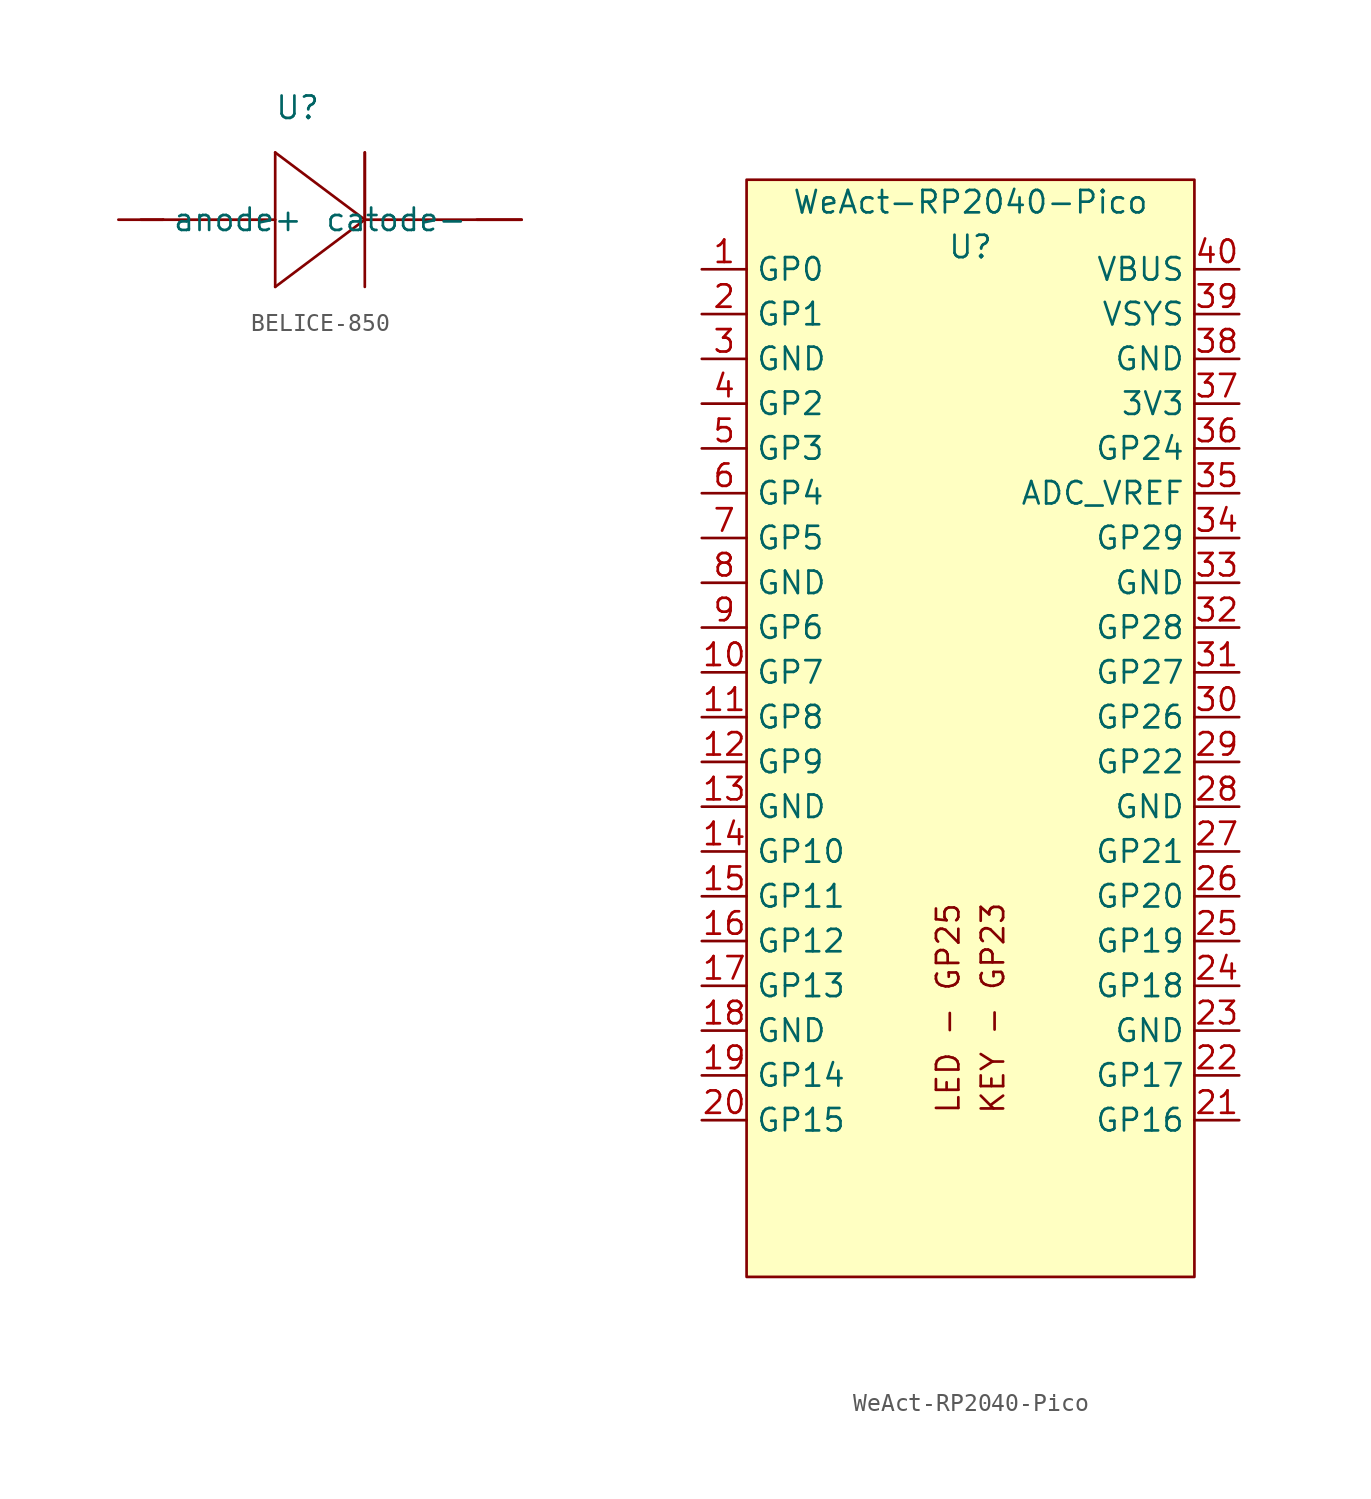
<source format=kicad_sym>
(kicad_symbol_lib
  (version 20220914)
  (generator kicad_symbol_editor)
  (symbol "BELICE-850"
    (property "Reference" "U"
      (at 0 2.54 0)
      (effects (font (size 1.27 1.27))))
    (property "Value" ""
      (at 0 0 0)
      (effects (font (size 1.27 1.27))))
    (symbol "BELICE-850_0_1"
      (polyline (pts (xy -7.62 -3.81) (xy -8.89 -3.81)) (stroke (width 0) (type default)) (fill (type none))))
    (symbol "BELICE-850_1_1"
      (polyline (pts (xy -1.27 -7.62) (xy 3.81 -3.81)) (stroke (width 0) (type default)) (fill (type none)))
      (polyline (pts (xy -1.27 -3.81) (xy -1.27 -7.62)) (stroke (width 0) (type default)) (fill (type none)))
      (polyline (pts (xy -1.27 0) (xy 3.81 -3.81)) (stroke (width 0) (type default)) (fill (type none)))
      (polyline (pts (xy 3.81 -3.81) (xy 3.81 0)) (stroke (width 0) (type default)) (fill (type none)))
      (polyline (pts (xy 3.81 -3.81) (xy 12.7 -3.81)) (stroke (width 0) (type default)) (fill (type none)))
      (polyline (pts (xy 3.81 0) (xy 3.81 -7.62)) (stroke (width 0) (type default)) (fill (type none)))
      (polyline (pts (xy -7.62 -3.81) (xy -1.27 -3.81) (xy -1.27 0)) (stroke (width 0) (type default)) (fill (type none)))
      (pin input line (at -10.16 -3.81 0) (length 2.54) (name "anode+" (effects (font (size 1.27 1.27)))) (number "" (effects (font (size 1.27 1.27)))))
      (pin input line (at 12.7 -3.81 180) (length 2.54) (name "catode-" (effects (font (size 1.27 1.27)))) (number "" (effects (font (size 1.27 1.27)))))))
  (symbol "WeAct-RP2040-Pico"
    (property "Reference" "U"
      (at 0 16.51 0)
      (effects (font (size 1.27 1.27))))
    (property "Value" "WeAct-RP2040-Pico"
      (at 0 19.05 0)
      (effects (font (size 1.27 1.27))))
    (symbol "WeAct-RP2040-Pico_0_0"
      (text "KEY - GP23" (at 1.27 -26.67 900) (effects (font (size 1.27 1.27))))
      (text "LED - GP25" (at -1.27 -26.67 900) (effects (font (size 1.27 1.27)))))
    (symbol "WeAct-RP2040-Pico_1_1"
      (rectangle (start -12.7 20.32) (end 12.7 -41.91) (stroke (width 0) (type default)) (fill (type background)))
      (pin bidirectional line (at -15.24 15.24 0) (length 2.54) (name "GP0" (effects (font (size 1.27 1.27)))) (number "1" (effects (font (size 1.27 1.27)))) (alternate "I2C0 SDA" bidirectional line) (alternate "SPI0 RX" bidirectional line) (alternate "UART0 TX" bidirectional line))
      (pin bidirectional line (at -15.24 -7.62 0) (length 2.54) (name "GP7" (effects (font (size 1.27 1.27)))) (number "10" (effects (font (size 1.27 1.27)))) (alternate "I2C1 SCL" bidirectional line) (alternate "SPI0 TX" bidirectional line))
      (pin bidirectional line (at -15.24 -10.16 0) (length 2.54) (name "GP8" (effects (font (size 1.27 1.27)))) (number "11" (effects (font (size 1.27 1.27)))) (alternate "I2C0 SDA" bidirectional line) (alternate "SPI1 RX" bidirectional line) (alternate "UART1 TX" bidirectional line))
      (pin bidirectional line (at -15.24 -12.7 0) (length 2.54) (name "GP9" (effects (font (size 1.27 1.27)))) (number "12" (effects (font (size 1.27 1.27)))) (alternate "I2C0 SCL" bidirectional line) (alternate "SPI1 CSn" bidirectional line) (alternate "UART1 RX" bidirectional line))
      (pin bidirectional line (at -15.24 -15.24 0) (length 2.54) (name "GND" (effects (font (size 1.27 1.27)))) (number "13" (effects (font (size 1.27 1.27)))))
      (pin bidirectional line (at -15.24 -17.78 0) (length 2.54) (name "GP10" (effects (font (size 1.27 1.27)))) (number "14" (effects (font (size 1.27 1.27)))) (alternate "I2C1 SDA" bidirectional line) (alternate "SPI1 SCK" bidirectional line))
      (pin bidirectional line (at -15.24 -20.32 0) (length 2.54) (name "GP11" (effects (font (size 1.27 1.27)))) (number "15" (effects (font (size 1.27 1.27)))) (alternate "I2C1 SCL" bidirectional line) (alternate "SPI1 TX" bidirectional line))
      (pin bidirectional line (at -15.24 -22.86 0) (length 2.54) (name "GP12" (effects (font (size 1.27 1.27)))) (number "16" (effects (font (size 1.27 1.27)))) (alternate "I2C0 SDA" bidirectional line) (alternate "SPI1 RX" bidirectional line) (alternate "UART0 TX" bidirectional line))
      (pin bidirectional line (at -15.24 -25.4 0) (length 2.54) (name "GP13" (effects (font (size 1.27 1.27)))) (number "17" (effects (font (size 1.27 1.27)))) (alternate "I2C0 SCL" bidirectional line) (alternate "SPI1 CSn" bidirectional line) (alternate "UART0 RX" bidirectional line))
      (pin bidirectional line (at -15.24 -27.94 0) (length 2.54) (name "GND" (effects (font (size 1.27 1.27)))) (number "18" (effects (font (size 1.27 1.27)))))
      (pin bidirectional line (at -15.24 -30.48 0) (length 2.54) (name "GP14" (effects (font (size 1.27 1.27)))) (number "19" (effects (font (size 1.27 1.27)))) (alternate "I2C1 SDA" bidirectional line) (alternate "SPI1 SCK" bidirectional line))
      (pin bidirectional line (at -15.24 12.7 0) (length 2.54) (name "GP1" (effects (font (size 1.27 1.27)))) (number "2" (effects (font (size 1.27 1.27)))) (alternate "I2C0 SCL" bidirectional line) (alternate "SPI0 CSn" bidirectional line) (alternate "UART0 RX" bidirectional line))
      (pin bidirectional line (at -15.24 -33.02 0) (length 2.54) (name "GP15" (effects (font (size 1.27 1.27)))) (number "20" (effects (font (size 1.27 1.27)))) (alternate "I2C1 SCL" bidirectional line) (alternate "SPI1 TX" bidirectional line))
      (pin bidirectional line (at 15.24 -33.02 180) (length 2.54) (name "GP16" (effects (font (size 1.27 1.27)))) (number "21" (effects (font (size 1.27 1.27)))) (alternate "I2C0 SDA" bidirectional line) (alternate "SPI0 RX" bidirectional line) (alternate "UART0 TX" bidirectional line))
      (pin bidirectional line (at 15.24 -30.48 180) (length 2.54) (name "GP17" (effects (font (size 1.27 1.27)))) (number "22" (effects (font (size 1.27 1.27)))) (alternate "I2C0 SCL" bidirectional line) (alternate "SPI0 CSn" bidirectional line) (alternate "UART0 RX" bidirectional line))
      (pin bidirectional line (at 15.24 -27.94 180) (length 2.54) (name "GND" (effects (font (size 1.27 1.27)))) (number "23" (effects (font (size 1.27 1.27)))))
      (pin bidirectional line (at 15.24 -25.4 180) (length 2.54) (name "GP18" (effects (font (size 1.27 1.27)))) (number "24" (effects (font (size 1.27 1.27)))) (alternate "I2C1 SDA" bidirectional line) (alternate "SPI0 SCK" bidirectional line))
      (pin bidirectional line (at 15.24 -22.86 180) (length 2.54) (name "GP19" (effects (font (size 1.27 1.27)))) (number "25" (effects (font (size 1.27 1.27)))) (alternate "I2C1 SCL" bidirectional line) (alternate "SPI0 TX" bidirectional line))
      (pin bidirectional line (at 15.24 -20.32 180) (length 2.54) (name "GP20" (effects (font (size 1.27 1.27)))) (number "26" (effects (font (size 1.27 1.27)))) (alternate "I2C0 SDA" bidirectional line))
      (pin bidirectional line (at 15.24 -17.78 180) (length 2.54) (name "GP21" (effects (font (size 1.27 1.27)))) (number "27" (effects (font (size 1.27 1.27)))) (alternate "I2C0 SCL" bidirectional line))
      (pin bidirectional line (at 15.24 -15.24 180) (length 2.54) (name "GND" (effects (font (size 1.27 1.27)))) (number "28" (effects (font (size 1.27 1.27)))))
      (pin bidirectional line (at 15.24 -12.7 180) (length 2.54) (name "GP22" (effects (font (size 1.27 1.27)))) (number "29" (effects (font (size 1.27 1.27)))))
      (pin bidirectional line (at -15.24 10.16 0) (length 2.54) (name "GND" (effects (font (size 1.27 1.27)))) (number "3" (effects (font (size 1.27 1.27)))))
      (pin bidirectional line (at 15.24 -10.16 180) (length 2.54) (name "GP26" (effects (font (size 1.27 1.27)))) (number "30" (effects (font (size 1.27 1.27)))) (alternate "ADC0" bidirectional line) (alternate "I2C1 SDA" bidirectional line))
      (pin bidirectional line (at 15.24 -7.62 180) (length 2.54) (name "GP27" (effects (font (size 1.27 1.27)))) (number "31" (effects (font (size 1.27 1.27)))) (alternate "ADC1" bidirectional line) (alternate "I2C1 SCL" bidirectional line))
      (pin bidirectional line (at 15.24 -5.08 180) (length 2.54) (name "GP28" (effects (font (size 1.27 1.27)))) (number "32" (effects (font (size 1.27 1.27)))) (alternate "ADC2" bidirectional line))
      (pin bidirectional line (at 15.24 -2.54 180) (length 2.54) (name "GND" (effects (font (size 1.27 1.27)))) (number "33" (effects (font (size 1.27 1.27)))))
      (pin bidirectional line (at 15.24 0 180) (length 2.54) (name "GP29" (effects (font (size 1.27 1.27)))) (number "34" (effects (font (size 1.27 1.27)))))
      (pin bidirectional line (at 15.24 2.54 180) (length 2.54) (name "ADC_VREF" (effects (font (size 1.27 1.27)))) (number "35" (effects (font (size 1.27 1.27)))))
      (pin bidirectional line (at 15.24 5.08 180) (length 2.54) (name "GP24" (effects (font (size 1.27 1.27)))) (number "36" (effects (font (size 1.27 1.27)))))
      (pin bidirectional line (at 15.24 7.62 180) (length 2.54) (name "3V3" (effects (font (size 1.27 1.27)))) (number "37" (effects (font (size 1.27 1.27)))))
      (pin bidirectional line (at 15.24 10.16 180) (length 2.54) (name "GND" (effects (font (size 1.27 1.27)))) (number "38" (effects (font (size 1.27 1.27)))))
      (pin bidirectional line (at 15.24 12.7 180) (length 2.54) (name "VSYS" (effects (font (size 1.27 1.27)))) (number "39" (effects (font (size 1.27 1.27)))))
      (pin bidirectional line (at -15.24 7.62 0) (length 2.54) (name "GP2" (effects (font (size 1.27 1.27)))) (number "4" (effects (font (size 1.27 1.27)))) (alternate "I2C1 SDA" bidirectional line) (alternate "SPI0 SCK" bidirectional line))
      (pin bidirectional line (at 15.24 15.24 180) (length 2.54) (name "VBUS" (effects (font (size 1.27 1.27)))) (number "40" (effects (font (size 1.27 1.27)))))
      (pin bidirectional line (at -15.24 5.08 0) (length 2.54) (name "GP3" (effects (font (size 1.27 1.27)))) (number "5" (effects (font (size 1.27 1.27)))) (alternate "I2C1 SCL" bidirectional line) (alternate "SPI0 TX" bidirectional line))
      (pin bidirectional line (at -15.24 2.54 0) (length 2.54) (name "GP4" (effects (font (size 1.27 1.27)))) (number "6" (effects (font (size 1.27 1.27)))) (alternate "I2C0 SDA" bidirectional line) (alternate "SPI0 RX" bidirectional line) (alternate "UART1 TX" bidirectional line))
      (pin bidirectional line (at -15.24 0 0) (length 2.54) (name "GP5" (effects (font (size 1.27 1.27)))) (number "7" (effects (font (size 1.27 1.27)))) (alternate "I2C0 SCL" bidirectional line) (alternate "SPI0 CSn" bidirectional line) (alternate "UART1 RX" bidirectional line))
      (pin bidirectional line (at -15.24 -2.54 0) (length 2.54) (name "GND" (effects (font (size 1.27 1.27)))) (number "8" (effects (font (size 1.27 1.27)))))
      (pin bidirectional line (at -15.24 -5.08 0) (length 2.54) (name "GP6" (effects (font (size 1.27 1.27)))) (number "9" (effects (font (size 1.27 1.27)))) (alternate "I2C1 SDA" bidirectional line) (alternate "SPI0 SCK" bidirectional line)))))
</source>
